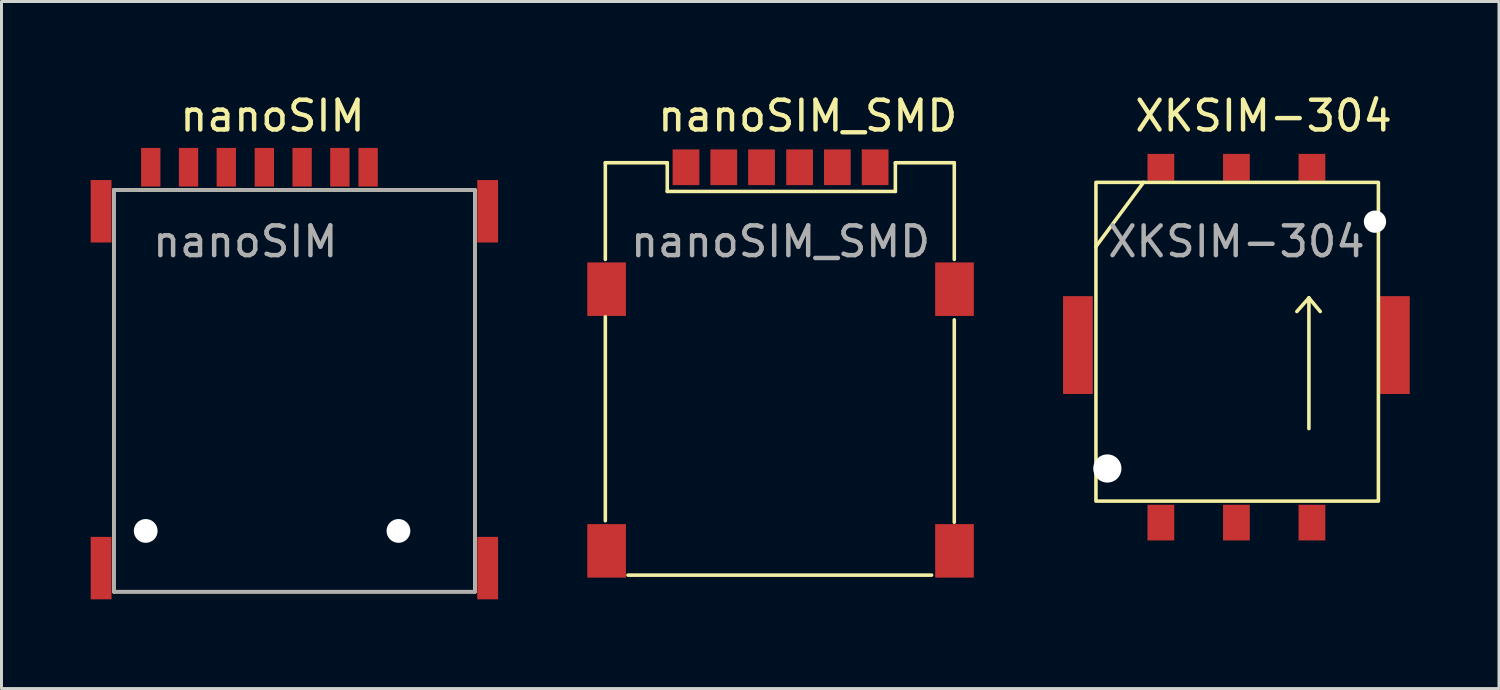
<source format=kicad_pcb>
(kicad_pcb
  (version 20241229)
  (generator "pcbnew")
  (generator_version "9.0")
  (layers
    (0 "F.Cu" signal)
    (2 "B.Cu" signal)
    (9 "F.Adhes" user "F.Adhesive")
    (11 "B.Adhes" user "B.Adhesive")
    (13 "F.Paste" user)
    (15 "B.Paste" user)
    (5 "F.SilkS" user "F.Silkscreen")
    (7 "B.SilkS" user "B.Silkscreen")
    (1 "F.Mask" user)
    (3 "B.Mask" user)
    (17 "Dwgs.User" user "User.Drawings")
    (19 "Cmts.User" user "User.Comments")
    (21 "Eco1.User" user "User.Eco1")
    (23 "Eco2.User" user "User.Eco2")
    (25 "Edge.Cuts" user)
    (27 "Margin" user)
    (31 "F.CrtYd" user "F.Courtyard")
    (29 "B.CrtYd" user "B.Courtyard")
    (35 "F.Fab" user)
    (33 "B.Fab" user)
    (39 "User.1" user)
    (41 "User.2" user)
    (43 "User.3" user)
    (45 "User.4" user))
  (footprint "nanoSIM"
    (layer "F.Cu")
    (at 5.2 2.575)
    (property "Reference" "nanoSIM" (at 0.914 -1.727 0) (unlocked yes) (layer "F.SilkS") (effects (font (size 1 1) (thickness 0.15))))
    (attr smd)
    (fp_line (start -4.42 0.762) (end 7.722 0.762) (stroke (width 0.12) (type solid)) (layer "F.SilkS"))
    (fp_line (start -4.42 14.275) (end -4.42 0.762) (stroke (width 0.12) (type solid)) (layer "F.SilkS"))
    (fp_line (start 7.722 0.762) (end 7.722 14.275) (stroke (width 0.12) (type solid)) (layer "F.SilkS"))
    (fp_line (start 7.722 14.275) (end -4.42 14.275) (stroke (width 0.12) (type solid)) (layer "F.SilkS"))
    (fp_line (start -4.42 0.762) (end 7.722 0.762) (stroke (width 0.12) (type solid)) (layer "F.Fab"))
    (fp_line (start -4.42 14.275) (end -4.42 0.762) (stroke (width 0.12) (type solid)) (layer "F.Fab"))
    (fp_line (start 7.722 0.762) (end 7.722 14.275) (stroke (width 0.12) (type solid)) (layer "F.Fab"))
    (fp_line (start 7.722 14.275) (end -4.42 14.275) (stroke (width 0.12) (type solid)) (layer "F.Fab"))
    (fp_text user "${REFERENCE}" (at 0 2.5 0) (unlocked yes) (layer "F.Fab") (effects (font (size 1 1) (thickness 0.15))))
    (pad "" np_thru_hole circle (at -3.35 12.23) (size 0.8 0.8) (drill 0.8) (layers "*.Cu" "*.Mask"))
    (pad "" np_thru_hole circle (at 5.15 12.23) (size 0.8 0.8) (drill 0.8) (layers "*.Cu" "*.Mask"))
    (pad "C1" smd rect (at 1.91 0) (size 0.65 1.3) (layers "F.Cu" "F.Mask" "F.Paste"))
    (pad "C2" smd rect (at -0.64 0) (size 0.65 1.3) (layers "F.Cu" "F.Mask" "F.Paste"))
    (pad "C3" smd rect (at -3.18 0) (size 0.65 1.3) (layers "F.Cu" "F.Mask" "F.Paste"))
    (pad "C5" smd rect (at 3.18 0) (size 0.65 1.3) (layers "F.Cu" "F.Mask" "F.Paste"))
    (pad "C6" smd rect (at 0.64 0) (size 0.65 1.3) (layers "F.Cu" "F.Mask" "F.Paste"))
    (pad "C7" smd rect (at -1.91 0) (size 0.65 1.3) (layers "F.Cu" "F.Mask" "F.Paste"))
    (pad "CD" smd rect (at 4.13 0) (size 0.65 1.3) (layers "F.Cu" "F.Mask" "F.Paste"))
    (pad "SH" smd rect (at -4.85 1.48) (size 0.7 2.1) (layers "F.Cu" "F.Mask" "F.Paste"))
    (pad "SH" smd rect (at -4.85 13.48) (size 0.7 2.1) (layers "F.Cu" "F.Mask" "F.Paste"))
    (pad "SH" smd rect (at 8.15 1.48) (size 0.7 2.1) (layers "F.Cu" "F.Mask" "F.Paste"))
    (pad "SH" smd rect (at 8.15 13.48) (size 0.7 2.1) (layers "F.Cu" "F.Mask" "F.Paste")))
  (footprint "XKSIM-304"
    (layer "F.Cu")
    (at 38.53 2.575)
    (property "Reference" "XKSIM-304" (at 0.914 -1.727 0) (unlocked yes) (layer "F.SilkS") (effects (font (size 1 1) (thickness 0.15))))
    (attr smd)
    (fp_line (start -3.124 0.508) (end -4.724 2.667) (stroke (width 0.12) (type solid)) (layer "F.SilkS"))
    (fp_line (start 2.438 4.394) (end 2.032 4.851) (stroke (width 0.12) (type solid)) (layer "F.SilkS"))
    (fp_line (start 2.438 4.394) (end 2.819 4.851) (stroke (width 0.12) (type solid)) (layer "F.SilkS"))
    (fp_line (start 2.438 8.788) (end 2.438 4.394) (stroke (width 0.12) (type solid)) (layer "F.SilkS"))
    (fp_rect (start -4.724 0.508) (end 4.775 11.227) (stroke (width 0.12) (type solid)) (fill no) (layer "F.SilkS"))
    (fp_text user "${REFERENCE}" (at 0 2.5 0) (unlocked yes) (layer "F.Fab") (effects (font (size 1 1) (thickness 0.15))))
    (pad "" np_thru_hole circle (at -4.34 10.13) (size 0.95 0.95) (drill 0.95) (layers "*.Cu" "*.Mask"))
    (pad "" np_thru_hole circle (at 4.66 1.83) (size 0.75 0.75) (drill 0.75) (layers "*.Cu" "*.Mask"))
    (pad "C1" smd rect (at 2.54 11.95) (size 0.9 1.2) (layers "F.Cu" "F.Mask" "F.Paste"))
    (pad "C2" smd rect (at 0 11.95) (size 0.9 1.2) (layers "F.Cu" "F.Mask" "F.Paste"))
    (pad "C3" smd rect (at -2.54 11.95) (size 0.9 1.2) (layers "F.Cu" "F.Mask" "F.Paste"))
    (pad "C5" smd rect (at 2.54 0) (size 0.9 0.9) (layers "F.Cu" "F.Mask" "F.Paste"))
    (pad "C6" smd rect (at 0 0) (size 0.9 0.9) (layers "F.Cu" "F.Mask" "F.Paste"))
    (pad "C7" smd rect (at -2.54 0) (size 0.9 0.9) (layers "F.Cu" "F.Mask" "F.Paste"))
    (pad "SH" smd rect (at -5.33 5.98) (size 1 3.29) (layers "F.Cu" "F.Mask" "F.Paste"))
    (pad "SH" smd rect (at 5.33 5.98) (size 1 3.29) (layers "F.Cu" "F.Mask" "F.Paste")))
  (footprint "nanoSIM_SMD"
    (layer "F.Cu")
    (at 23.2 2.575)
    (property "Reference" "nanoSIM_SMD" (at 0.914 -1.727 0) (unlocked yes) (layer "F.SilkS") (effects (font (size 1 1) (thickness 0.15))))
    (attr smd)
    (fp_line (start -5.893 -0.152) (end -3.81 -0.152) (stroke (width 0.12) (type solid)) (layer "F.SilkS"))
    (fp_line (start -5.893 3.099) (end -5.893 -0.152) (stroke (width 0.12) (type solid)) (layer "F.SilkS"))
    (fp_line (start -5.893 5.029) (end -5.893 11.887) (stroke (width 0.12) (type solid)) (layer "F.SilkS"))
    (fp_line (start -5.131 13.716) (end 5.08 13.716) (stroke (width 0.12) (type solid)) (layer "F.SilkS"))
    (fp_line (start -3.81 -0.102) (end -3.81 -0.152) (stroke (width 0.12) (type solid)) (layer "F.SilkS"))
    (fp_line (start -3.81 0.813) (end -3.81 -0.102) (stroke (width 0.12) (type solid)) (layer "F.SilkS"))
    (fp_line (start 3.861 -0.152) (end 3.861 0.813) (stroke (width 0.12) (type solid)) (layer "F.SilkS"))
    (fp_line (start 3.861 0.813) (end -3.81 0.813) (stroke (width 0.12) (type solid)) (layer "F.SilkS"))
    (fp_line (start 5.842 -0.152) (end 3.861 -0.152) (stroke (width 0.12) (type solid)) (layer "F.SilkS"))
    (fp_line (start 5.842 3.099) (end 5.842 -0.152) (stroke (width 0.12) (type solid)) (layer "F.SilkS"))
    (fp_line (start 5.842 11.938) (end 5.842 5.131) (stroke (width 0.12) (type solid)) (layer "F.SilkS"))
    (fp_text user "${REFERENCE}" (at 0 2.5 0) (unlocked yes) (layer "F.Fab") (effects (font (size 1 1) (thickness 0.15))))
    (pad "C1" smd rect (at -3.18 0) (size 0.9 1.2) (layers "F.Cu" "F.Mask" "F.Paste"))
    (pad "C2" smd rect (at -0.64 0) (size 0.9 1.2) (layers "F.Cu" "F.Mask" "F.Paste"))
    (pad "C3" smd rect (at 1.91 0) (size 0.9 1.2) (layers "F.Cu" "F.Mask" "F.Paste"))
    (pad "C5" smd rect (at -1.91 0) (size 0.9 1.2) (layers "F.Cu" "F.Mask" "F.Paste"))
    (pad "C6" smd rect (at 0.64 0) (size 0.9 1.2) (layers "F.Cu" "F.Mask" "F.Paste"))
    (pad "C7" smd rect (at 3.18 0) (size 0.9 1.2) (layers "F.Cu" "F.Mask" "F.Paste"))
    (pad "SH" smd rect (at -5.85 4.1) (size 1.3 1.8) (layers "F.Cu" "F.Mask" "F.Paste"))
    (pad "SH" smd rect (at -5.85 12.9) (size 1.3 1.8) (layers "F.Cu" "F.Mask" "F.Paste"))
    (pad "SH" smd rect (at 5.85 4.1) (size 1.3 1.8) (layers "F.Cu" "F.Mask" "F.Paste"))
    (pad "SH" smd rect (at 5.85 12.9) (size 1.3 1.8) (layers "F.Cu" "F.Mask" "F.Paste")))
  (gr_rect
    (start -3 -3)
    (end 47.36 20.105)
    (stroke (width 0.1) (type default))
    (fill no)
    (layer "Edge.Cuts")))
</source>
